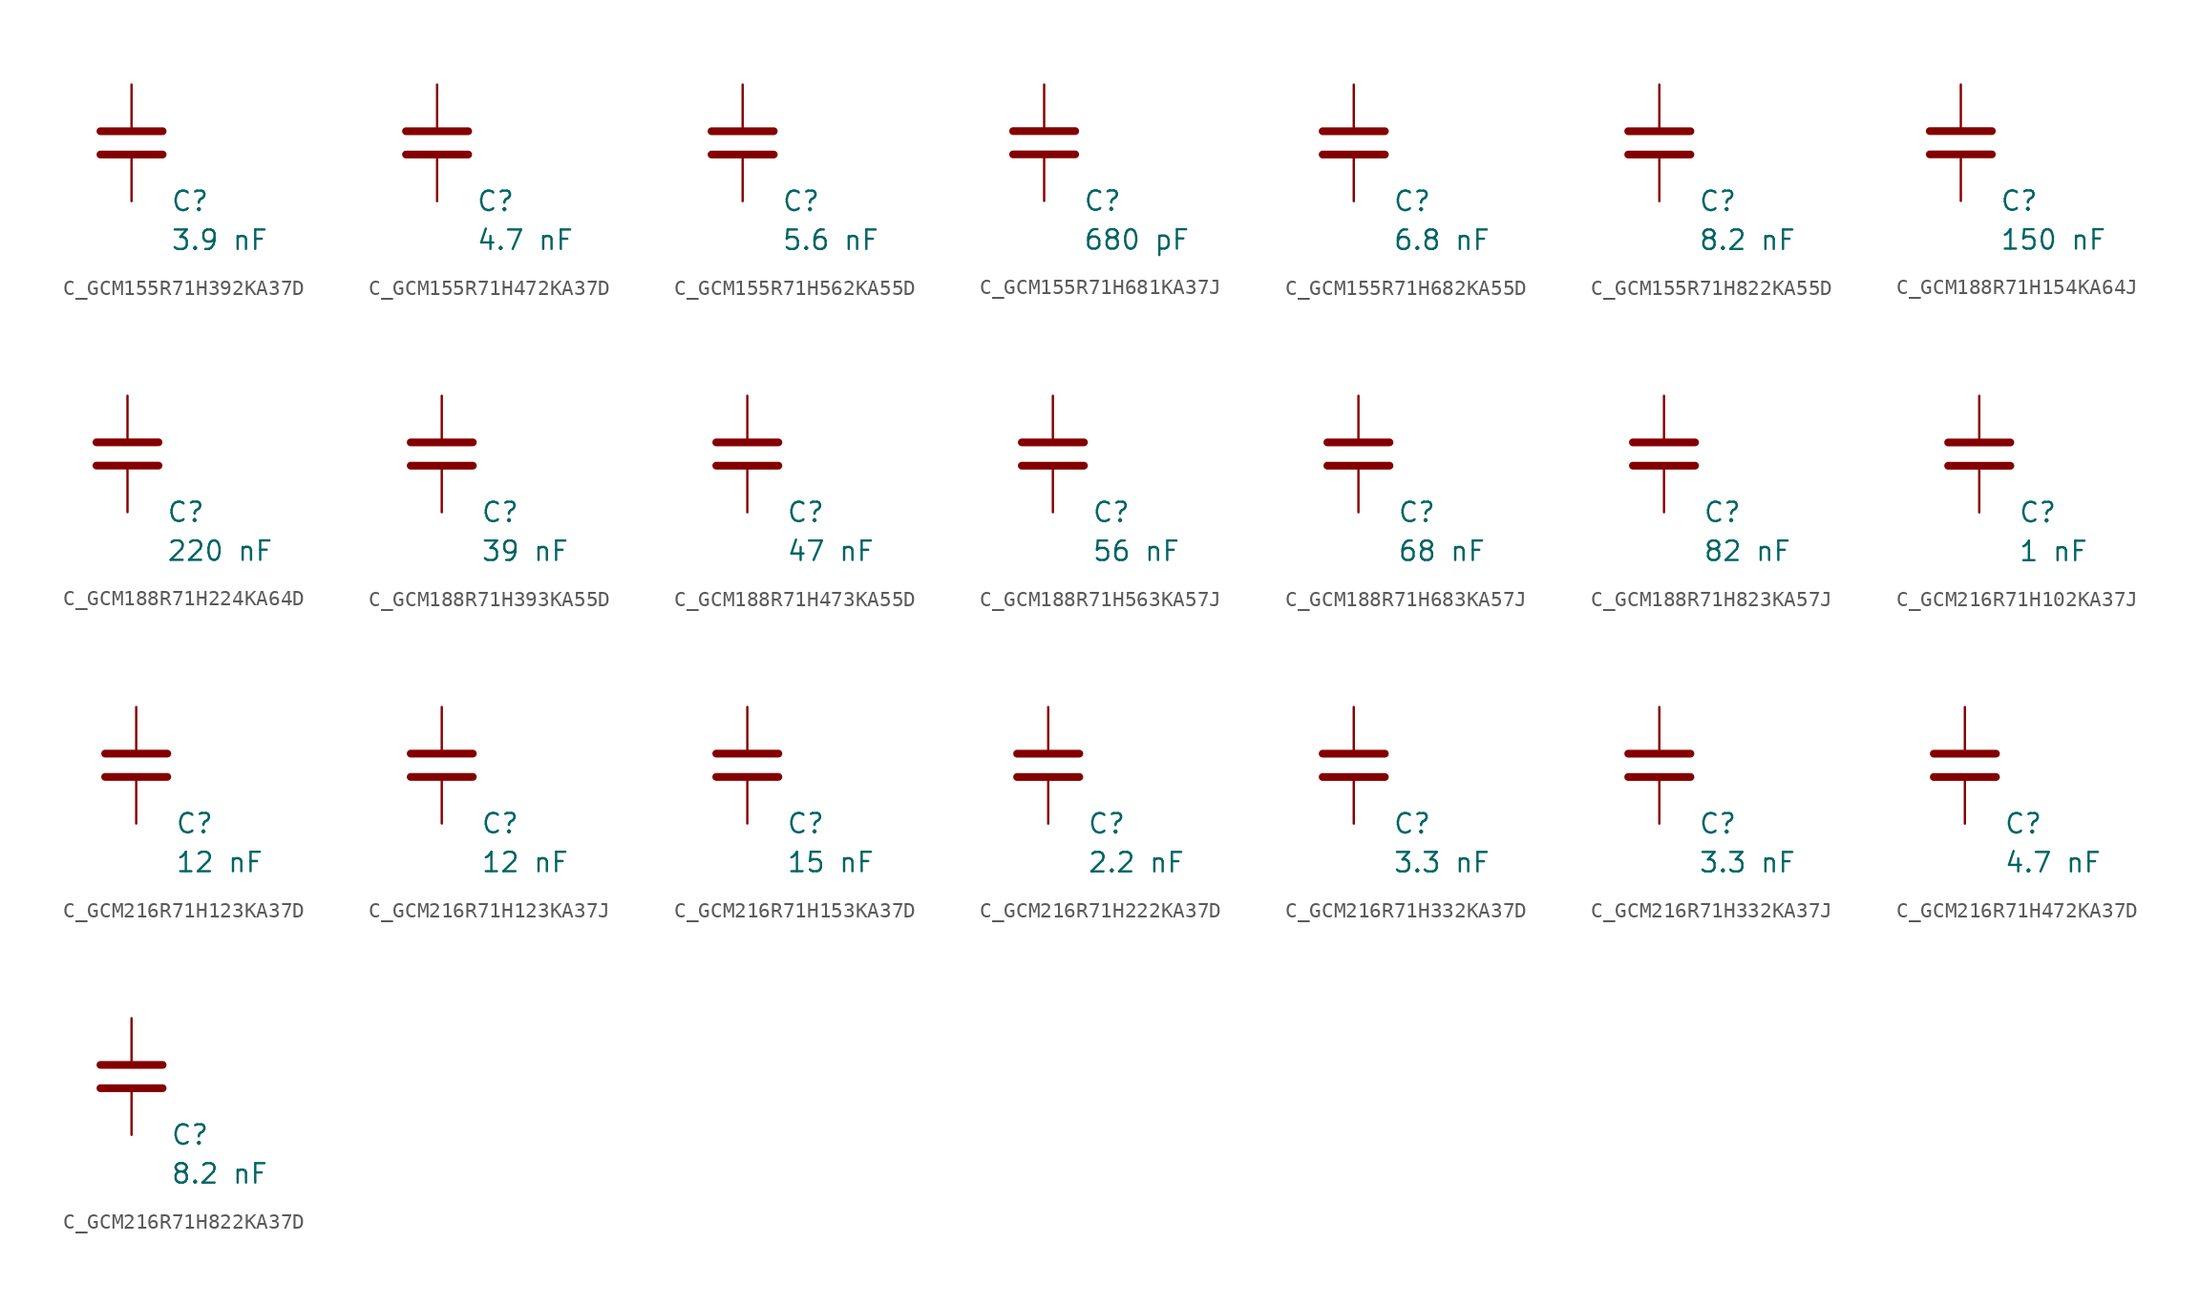
<source format=kicad_sym>
(kicad_symbol_lib
  (version 20231120)
  (generator "kicad_symbol_editor")
  (generator_version "8.0")
  (symbol "C_GCM155R71H392KA37D"
    (pin_numbers hide)
    (pin_names
      (offset 0.254))
    (property "Reference" "C"
      (at 2.54 -3.81 0)
      (effects (font (size 1.27 1.27)) (justify left))
      (show_name no))
    (property "Value" "3.9 nF"
      (at 2.54 -6.35 0)
      (effects (font (size 1.27 1.27)) (justify left))
      (show_name no))
    (symbol "C_GCM155R71H392KA37D_0_1"
      (polyline (pts (xy -2.032 -0.762) (xy 2.032 -0.762)) (stroke (width 0.508) (type default)) (fill (type none)))
      (polyline (pts (xy -2.032 0.762) (xy 2.032 0.762)) (stroke (width 0.508) (type default)) (fill (type none))))
    (symbol "C_GCM155R71H392KA37D_1_1"
      (pin passive line (at 0 3.81 270) (length 2.794) (name "~" (effects (font (size 1.27 1.27)))) (number "1" (effects (font (size 1.27 1.27)))))
      (pin passive line (at 0 -3.81 90) (length 2.794) (name "~" (effects (font (size 1.27 1.27)))) (number "2" (effects (font (size 1.27 1.27)))))))
  (symbol "C_GCM155R71H472KA37D"
    (pin_numbers hide)
    (pin_names
      (offset 0.254))
    (property "Reference" "C"
      (at 2.54 -3.81 0)
      (effects (font (size 1.27 1.27)) (justify left))
      (show_name no))
    (property "Value" "4.7 nF"
      (at 2.54 -6.35 0)
      (effects (font (size 1.27 1.27)) (justify left))
      (show_name no))
    (symbol "C_GCM155R71H472KA37D_0_1"
      (polyline (pts (xy -2.032 -0.762) (xy 2.032 -0.762)) (stroke (width 0.508) (type default)) (fill (type none)))
      (polyline (pts (xy -2.032 0.762) (xy 2.032 0.762)) (stroke (width 0.508) (type default)) (fill (type none))))
    (symbol "C_GCM155R71H472KA37D_1_1"
      (pin passive line (at 0 3.81 270) (length 2.794) (name "~" (effects (font (size 1.27 1.27)))) (number "1" (effects (font (size 1.27 1.27)))))
      (pin passive line (at 0 -3.81 90) (length 2.794) (name "~" (effects (font (size 1.27 1.27)))) (number "2" (effects (font (size 1.27 1.27)))))))
  (symbol "C_GCM155R71H562KA55D"
    (pin_numbers hide)
    (pin_names
      (offset 0.254))
    (property "Reference" "C"
      (at 2.54 -3.81 0)
      (effects (font (size 1.27 1.27)) (justify left))
      (show_name no))
    (property "Value" "5.6 nF"
      (at 2.54 -6.35 0)
      (effects (font (size 1.27 1.27)) (justify left))
      (show_name no))
    (symbol "C_GCM155R71H562KA55D_0_1"
      (polyline (pts (xy -2.032 -0.762) (xy 2.032 -0.762)) (stroke (width 0.508) (type default)) (fill (type none)))
      (polyline (pts (xy -2.032 0.762) (xy 2.032 0.762)) (stroke (width 0.508) (type default)) (fill (type none))))
    (symbol "C_GCM155R71H562KA55D_1_1"
      (pin passive line (at 0 3.81 270) (length 2.794) (name "~" (effects (font (size 1.27 1.27)))) (number "1" (effects (font (size 1.27 1.27)))))
      (pin passive line (at 0 -3.81 90) (length 2.794) (name "~" (effects (font (size 1.27 1.27)))) (number "2" (effects (font (size 1.27 1.27)))))))
  (symbol "C_GCM155R71H681KA37J"
    (pin_numbers hide)
    (pin_names
      (offset 0.254))
    (property "Reference" "C"
      (at 2.54 -3.81 0)
      (effects (font (size 1.27 1.27)) (justify left))
      (show_name no))
    (property "Value" "680 pF"
      (at 2.54 -6.35 0)
      (effects (font (size 1.27 1.27)) (justify left))
      (show_name no))
    (symbol "C_GCM155R71H681KA37J_0_1"
      (polyline (pts (xy -2.032 -0.762) (xy 2.032 -0.762)) (stroke (width 0.508) (type default)) (fill (type none)))
      (polyline (pts (xy -2.032 0.762) (xy 2.032 0.762)) (stroke (width 0.508) (type default)) (fill (type none))))
    (symbol "C_GCM155R71H681KA37J_1_1"
      (pin passive line (at 0 3.81 270) (length 2.794) (name "~" (effects (font (size 1.27 1.27)))) (number "1" (effects (font (size 1.27 1.27)))))
      (pin passive line (at 0 -3.81 90) (length 2.794) (name "~" (effects (font (size 1.27 1.27)))) (number "2" (effects (font (size 1.27 1.27)))))))
  (symbol "C_GCM155R71H682KA55D"
    (pin_numbers hide)
    (pin_names
      (offset 0.254))
    (property "Reference" "C"
      (at 2.54 -3.81 0)
      (effects (font (size 1.27 1.27)) (justify left))
      (show_name no))
    (property "Value" "6.8 nF"
      (at 2.54 -6.35 0)
      (effects (font (size 1.27 1.27)) (justify left))
      (show_name no))
    (symbol "C_GCM155R71H682KA55D_0_1"
      (polyline (pts (xy -2.032 -0.762) (xy 2.032 -0.762)) (stroke (width 0.508) (type default)) (fill (type none)))
      (polyline (pts (xy -2.032 0.762) (xy 2.032 0.762)) (stroke (width 0.508) (type default)) (fill (type none))))
    (symbol "C_GCM155R71H682KA55D_1_1"
      (pin passive line (at 0 3.81 270) (length 2.794) (name "~" (effects (font (size 1.27 1.27)))) (number "1" (effects (font (size 1.27 1.27)))))
      (pin passive line (at 0 -3.81 90) (length 2.794) (name "~" (effects (font (size 1.27 1.27)))) (number "2" (effects (font (size 1.27 1.27)))))))
  (symbol "C_GCM155R71H822KA55D"
    (pin_numbers hide)
    (pin_names
      (offset 0.254))
    (property "Reference" "C"
      (at 2.54 -3.81 0)
      (effects (font (size 1.27 1.27)) (justify left))
      (show_name no))
    (property "Value" "8.2 nF"
      (at 2.54 -6.35 0)
      (effects (font (size 1.27 1.27)) (justify left))
      (show_name no))
    (symbol "C_GCM155R71H822KA55D_0_1"
      (polyline (pts (xy -2.032 -0.762) (xy 2.032 -0.762)) (stroke (width 0.508) (type default)) (fill (type none)))
      (polyline (pts (xy -2.032 0.762) (xy 2.032 0.762)) (stroke (width 0.508) (type default)) (fill (type none))))
    (symbol "C_GCM155R71H822KA55D_1_1"
      (pin passive line (at 0 3.81 270) (length 2.794) (name "~" (effects (font (size 1.27 1.27)))) (number "1" (effects (font (size 1.27 1.27)))))
      (pin passive line (at 0 -3.81 90) (length 2.794) (name "~" (effects (font (size 1.27 1.27)))) (number "2" (effects (font (size 1.27 1.27)))))))
  (symbol "C_GCM188R71H154KA64J"
    (pin_numbers hide)
    (pin_names
      (offset 0.254))
    (property "Reference" "C"
      (at 2.54 -3.81 0)
      (effects (font (size 1.27 1.27)) (justify left))
      (show_name no))
    (property "Value" "150 nF"
      (at 2.54 -6.35 0)
      (effects (font (size 1.27 1.27)) (justify left))
      (show_name no))
    (symbol "C_GCM188R71H154KA64J_0_1"
      (polyline (pts (xy -2.032 -0.762) (xy 2.032 -0.762)) (stroke (width 0.508) (type default)) (fill (type none)))
      (polyline (pts (xy -2.032 0.762) (xy 2.032 0.762)) (stroke (width 0.508) (type default)) (fill (type none))))
    (symbol "C_GCM188R71H154KA64J_1_1"
      (pin passive line (at 0 3.81 270) (length 2.794) (name "~" (effects (font (size 1.27 1.27)))) (number "1" (effects (font (size 1.27 1.27)))))
      (pin passive line (at 0 -3.81 90) (length 2.794) (name "~" (effects (font (size 1.27 1.27)))) (number "2" (effects (font (size 1.27 1.27)))))))
  (symbol "C_GCM188R71H224KA64D"
    (pin_numbers hide)
    (pin_names
      (offset 0.254))
    (property "Reference" "C"
      (at 2.54 -3.81 0)
      (effects (font (size 1.27 1.27)) (justify left))
      (show_name no))
    (property "Value" "220 nF"
      (at 2.54 -6.35 0)
      (effects (font (size 1.27 1.27)) (justify left))
      (show_name no))
    (symbol "C_GCM188R71H224KA64D_0_1"
      (polyline (pts (xy -2.032 -0.762) (xy 2.032 -0.762)) (stroke (width 0.508) (type default)) (fill (type none)))
      (polyline (pts (xy -2.032 0.762) (xy 2.032 0.762)) (stroke (width 0.508) (type default)) (fill (type none))))
    (symbol "C_GCM188R71H224KA64D_1_1"
      (pin passive line (at 0 3.81 270) (length 2.794) (name "~" (effects (font (size 1.27 1.27)))) (number "1" (effects (font (size 1.27 1.27)))))
      (pin passive line (at 0 -3.81 90) (length 2.794) (name "~" (effects (font (size 1.27 1.27)))) (number "2" (effects (font (size 1.27 1.27)))))))
  (symbol "C_GCM188R71H393KA55D"
    (pin_numbers hide)
    (pin_names
      (offset 0.254))
    (property "Reference" "C"
      (at 2.54 -3.81 0)
      (effects (font (size 1.27 1.27)) (justify left))
      (show_name no))
    (property "Value" "39 nF"
      (at 2.54 -6.35 0)
      (effects (font (size 1.27 1.27)) (justify left))
      (show_name no))
    (symbol "C_GCM188R71H393KA55D_0_1"
      (polyline (pts (xy -2.032 -0.762) (xy 2.032 -0.762)) (stroke (width 0.508) (type default)) (fill (type none)))
      (polyline (pts (xy -2.032 0.762) (xy 2.032 0.762)) (stroke (width 0.508) (type default)) (fill (type none))))
    (symbol "C_GCM188R71H393KA55D_1_1"
      (pin passive line (at 0 3.81 270) (length 2.794) (name "~" (effects (font (size 1.27 1.27)))) (number "1" (effects (font (size 1.27 1.27)))))
      (pin passive line (at 0 -3.81 90) (length 2.794) (name "~" (effects (font (size 1.27 1.27)))) (number "2" (effects (font (size 1.27 1.27)))))))
  (symbol "C_GCM188R71H473KA55D"
    (pin_numbers hide)
    (pin_names
      (offset 0.254))
    (property "Reference" "C"
      (at 2.54 -3.81 0)
      (effects (font (size 1.27 1.27)) (justify left))
      (show_name no))
    (property "Value" "47 nF"
      (at 2.54 -6.35 0)
      (effects (font (size 1.27 1.27)) (justify left))
      (show_name no))
    (symbol "C_GCM188R71H473KA55D_0_1"
      (polyline (pts (xy -2.032 -0.762) (xy 2.032 -0.762)) (stroke (width 0.508) (type default)) (fill (type none)))
      (polyline (pts (xy -2.032 0.762) (xy 2.032 0.762)) (stroke (width 0.508) (type default)) (fill (type none))))
    (symbol "C_GCM188R71H473KA55D_1_1"
      (pin passive line (at 0 3.81 270) (length 2.794) (name "~" (effects (font (size 1.27 1.27)))) (number "1" (effects (font (size 1.27 1.27)))))
      (pin passive line (at 0 -3.81 90) (length 2.794) (name "~" (effects (font (size 1.27 1.27)))) (number "2" (effects (font (size 1.27 1.27)))))))
  (symbol "C_GCM188R71H563KA57J"
    (pin_numbers hide)
    (pin_names
      (offset 0.254))
    (property "Reference" "C"
      (at 2.54 -3.81 0)
      (effects (font (size 1.27 1.27)) (justify left))
      (show_name no))
    (property "Value" "56 nF"
      (at 2.54 -6.35 0)
      (effects (font (size 1.27 1.27)) (justify left))
      (show_name no))
    (symbol "C_GCM188R71H563KA57J_0_1"
      (polyline (pts (xy -2.032 -0.762) (xy 2.032 -0.762)) (stroke (width 0.508) (type default)) (fill (type none)))
      (polyline (pts (xy -2.032 0.762) (xy 2.032 0.762)) (stroke (width 0.508) (type default)) (fill (type none))))
    (symbol "C_GCM188R71H563KA57J_1_1"
      (pin passive line (at 0 3.81 270) (length 2.794) (name "~" (effects (font (size 1.27 1.27)))) (number "1" (effects (font (size 1.27 1.27)))))
      (pin passive line (at 0 -3.81 90) (length 2.794) (name "~" (effects (font (size 1.27 1.27)))) (number "2" (effects (font (size 1.27 1.27)))))))
  (symbol "C_GCM188R71H683KA57J"
    (pin_numbers hide)
    (pin_names
      (offset 0.254))
    (property "Reference" "C"
      (at 2.54 -3.81 0)
      (effects (font (size 1.27 1.27)) (justify left))
      (show_name no))
    (property "Value" "68 nF"
      (at 2.54 -6.35 0)
      (effects (font (size 1.27 1.27)) (justify left))
      (show_name no))
    (symbol "C_GCM188R71H683KA57J_0_1"
      (polyline (pts (xy -2.032 -0.762) (xy 2.032 -0.762)) (stroke (width 0.508) (type default)) (fill (type none)))
      (polyline (pts (xy -2.032 0.762) (xy 2.032 0.762)) (stroke (width 0.508) (type default)) (fill (type none))))
    (symbol "C_GCM188R71H683KA57J_1_1"
      (pin passive line (at 0 3.81 270) (length 2.794) (name "~" (effects (font (size 1.27 1.27)))) (number "1" (effects (font (size 1.27 1.27)))))
      (pin passive line (at 0 -3.81 90) (length 2.794) (name "~" (effects (font (size 1.27 1.27)))) (number "2" (effects (font (size 1.27 1.27)))))))
  (symbol "C_GCM188R71H823KA57J"
    (pin_numbers hide)
    (pin_names
      (offset 0.254))
    (property "Reference" "C"
      (at 2.54 -3.81 0)
      (effects (font (size 1.27 1.27)) (justify left))
      (show_name no))
    (property "Value" "82 nF"
      (at 2.54 -6.35 0)
      (effects (font (size 1.27 1.27)) (justify left))
      (show_name no))
    (symbol "C_GCM188R71H823KA57J_0_1"
      (polyline (pts (xy -2.032 -0.762) (xy 2.032 -0.762)) (stroke (width 0.508) (type default)) (fill (type none)))
      (polyline (pts (xy -2.032 0.762) (xy 2.032 0.762)) (stroke (width 0.508) (type default)) (fill (type none))))
    (symbol "C_GCM188R71H823KA57J_1_1"
      (pin passive line (at 0 3.81 270) (length 2.794) (name "~" (effects (font (size 1.27 1.27)))) (number "1" (effects (font (size 1.27 1.27)))))
      (pin passive line (at 0 -3.81 90) (length 2.794) (name "~" (effects (font (size 1.27 1.27)))) (number "2" (effects (font (size 1.27 1.27)))))))
  (symbol "C_GCM216R71H102KA37J"
    (pin_numbers hide)
    (pin_names
      (offset 0.254))
    (property "Reference" "C"
      (at 2.54 -3.81 0)
      (effects (font (size 1.27 1.27)) (justify left))
      (show_name no))
    (property "Value" "1 nF"
      (at 2.54 -6.35 0)
      (effects (font (size 1.27 1.27)) (justify left))
      (show_name no))
    (symbol "C_GCM216R71H102KA37J_0_1"
      (polyline (pts (xy -2.032 -0.762) (xy 2.032 -0.762)) (stroke (width 0.508) (type default)) (fill (type none)))
      (polyline (pts (xy -2.032 0.762) (xy 2.032 0.762)) (stroke (width 0.508) (type default)) (fill (type none))))
    (symbol "C_GCM216R71H102KA37J_1_1"
      (pin passive line (at 0 3.81 270) (length 2.794) (name "~" (effects (font (size 1.27 1.27)))) (number "1" (effects (font (size 1.27 1.27)))))
      (pin passive line (at 0 -3.81 90) (length 2.794) (name "~" (effects (font (size 1.27 1.27)))) (number "2" (effects (font (size 1.27 1.27)))))))
  (symbol "C_GCM216R71H123KA37D"
    (pin_numbers hide)
    (pin_names
      (offset 0.254))
    (property "Reference" "C"
      (at 2.54 -3.81 0)
      (effects (font (size 1.27 1.27)) (justify left))
      (show_name no))
    (property "Value" "12 nF"
      (at 2.54 -6.35 0)
      (effects (font (size 1.27 1.27)) (justify left))
      (show_name no))
    (symbol "C_GCM216R71H123KA37D_0_1"
      (polyline (pts (xy -2.032 -0.762) (xy 2.032 -0.762)) (stroke (width 0.508) (type default)) (fill (type none)))
      (polyline (pts (xy -2.032 0.762) (xy 2.032 0.762)) (stroke (width 0.508) (type default)) (fill (type none))))
    (symbol "C_GCM216R71H123KA37D_1_1"
      (pin passive line (at 0 3.81 270) (length 2.794) (name "~" (effects (font (size 1.27 1.27)))) (number "1" (effects (font (size 1.27 1.27)))))
      (pin passive line (at 0 -3.81 90) (length 2.794) (name "~" (effects (font (size 1.27 1.27)))) (number "2" (effects (font (size 1.27 1.27)))))))
  (symbol "C_GCM216R71H123KA37J"
    (pin_numbers hide)
    (pin_names
      (offset 0.254))
    (property "Reference" "C"
      (at 2.54 -3.81 0)
      (effects (font (size 1.27 1.27)) (justify left))
      (show_name no))
    (property "Value" "12 nF"
      (at 2.54 -6.35 0)
      (effects (font (size 1.27 1.27)) (justify left))
      (show_name no))
    (symbol "C_GCM216R71H123KA37J_0_1"
      (polyline (pts (xy -2.032 -0.762) (xy 2.032 -0.762)) (stroke (width 0.508) (type default)) (fill (type none)))
      (polyline (pts (xy -2.032 0.762) (xy 2.032 0.762)) (stroke (width 0.508) (type default)) (fill (type none))))
    (symbol "C_GCM216R71H123KA37J_1_1"
      (pin passive line (at 0 3.81 270) (length 2.794) (name "~" (effects (font (size 1.27 1.27)))) (number "1" (effects (font (size 1.27 1.27)))))
      (pin passive line (at 0 -3.81 90) (length 2.794) (name "~" (effects (font (size 1.27 1.27)))) (number "2" (effects (font (size 1.27 1.27)))))))
  (symbol "C_GCM216R71H153KA37D"
    (pin_numbers hide)
    (pin_names
      (offset 0.254))
    (property "Reference" "C"
      (at 2.54 -3.81 0)
      (effects (font (size 1.27 1.27)) (justify left))
      (show_name no))
    (property "Value" "15 nF"
      (at 2.54 -6.35 0)
      (effects (font (size 1.27 1.27)) (justify left))
      (show_name no))
    (symbol "C_GCM216R71H153KA37D_0_1"
      (polyline (pts (xy -2.032 -0.762) (xy 2.032 -0.762)) (stroke (width 0.508) (type default)) (fill (type none)))
      (polyline (pts (xy -2.032 0.762) (xy 2.032 0.762)) (stroke (width 0.508) (type default)) (fill (type none))))
    (symbol "C_GCM216R71H153KA37D_1_1"
      (pin passive line (at 0 3.81 270) (length 2.794) (name "~" (effects (font (size 1.27 1.27)))) (number "1" (effects (font (size 1.27 1.27)))))
      (pin passive line (at 0 -3.81 90) (length 2.794) (name "~" (effects (font (size 1.27 1.27)))) (number "2" (effects (font (size 1.27 1.27)))))))
  (symbol "C_GCM216R71H222KA37D"
    (pin_numbers hide)
    (pin_names
      (offset 0.254))
    (property "Reference" "C"
      (at 2.54 -3.81 0)
      (effects (font (size 1.27 1.27)) (justify left))
      (show_name no))
    (property "Value" "2.2 nF"
      (at 2.54 -6.35 0)
      (effects (font (size 1.27 1.27)) (justify left))
      (show_name no))
    (symbol "C_GCM216R71H222KA37D_0_1"
      (polyline (pts (xy -2.032 -0.762) (xy 2.032 -0.762)) (stroke (width 0.508) (type default)) (fill (type none)))
      (polyline (pts (xy -2.032 0.762) (xy 2.032 0.762)) (stroke (width 0.508) (type default)) (fill (type none))))
    (symbol "C_GCM216R71H222KA37D_1_1"
      (pin passive line (at 0 3.81 270) (length 2.794) (name "~" (effects (font (size 1.27 1.27)))) (number "1" (effects (font (size 1.27 1.27)))))
      (pin passive line (at 0 -3.81 90) (length 2.794) (name "~" (effects (font (size 1.27 1.27)))) (number "2" (effects (font (size 1.27 1.27)))))))
  (symbol "C_GCM216R71H332KA37D"
    (pin_numbers hide)
    (pin_names
      (offset 0.254))
    (property "Reference" "C"
      (at 2.54 -3.81 0)
      (effects (font (size 1.27 1.27)) (justify left))
      (show_name no))
    (property "Value" "3.3 nF"
      (at 2.54 -6.35 0)
      (effects (font (size 1.27 1.27)) (justify left))
      (show_name no))
    (symbol "C_GCM216R71H332KA37D_0_1"
      (polyline (pts (xy -2.032 -0.762) (xy 2.032 -0.762)) (stroke (width 0.508) (type default)) (fill (type none)))
      (polyline (pts (xy -2.032 0.762) (xy 2.032 0.762)) (stroke (width 0.508) (type default)) (fill (type none))))
    (symbol "C_GCM216R71H332KA37D_1_1"
      (pin passive line (at 0 3.81 270) (length 2.794) (name "~" (effects (font (size 1.27 1.27)))) (number "1" (effects (font (size 1.27 1.27)))))
      (pin passive line (at 0 -3.81 90) (length 2.794) (name "~" (effects (font (size 1.27 1.27)))) (number "2" (effects (font (size 1.27 1.27)))))))
  (symbol "C_GCM216R71H332KA37J"
    (pin_numbers hide)
    (pin_names
      (offset 0.254))
    (property "Reference" "C"
      (at 2.54 -3.81 0)
      (effects (font (size 1.27 1.27)) (justify left))
      (show_name no))
    (property "Value" "3.3 nF"
      (at 2.54 -6.35 0)
      (effects (font (size 1.27 1.27)) (justify left))
      (show_name no))
    (symbol "C_GCM216R71H332KA37J_0_1"
      (polyline (pts (xy -2.032 -0.762) (xy 2.032 -0.762)) (stroke (width 0.508) (type default)) (fill (type none)))
      (polyline (pts (xy -2.032 0.762) (xy 2.032 0.762)) (stroke (width 0.508) (type default)) (fill (type none))))
    (symbol "C_GCM216R71H332KA37J_1_1"
      (pin passive line (at 0 3.81 270) (length 2.794) (name "~" (effects (font (size 1.27 1.27)))) (number "1" (effects (font (size 1.27 1.27)))))
      (pin passive line (at 0 -3.81 90) (length 2.794) (name "~" (effects (font (size 1.27 1.27)))) (number "2" (effects (font (size 1.27 1.27)))))))
  (symbol "C_GCM216R71H472KA37D"
    (pin_numbers hide)
    (pin_names
      (offset 0.254))
    (property "Reference" "C"
      (at 2.54 -3.81 0)
      (effects (font (size 1.27 1.27)) (justify left))
      (show_name no))
    (property "Value" "4.7 nF"
      (at 2.54 -6.35 0)
      (effects (font (size 1.27 1.27)) (justify left))
      (show_name no))
    (symbol "C_GCM216R71H472KA37D_0_1"
      (polyline (pts (xy -2.032 -0.762) (xy 2.032 -0.762)) (stroke (width 0.508) (type default)) (fill (type none)))
      (polyline (pts (xy -2.032 0.762) (xy 2.032 0.762)) (stroke (width 0.508) (type default)) (fill (type none))))
    (symbol "C_GCM216R71H472KA37D_1_1"
      (pin passive line (at 0 3.81 270) (length 2.794) (name "~" (effects (font (size 1.27 1.27)))) (number "1" (effects (font (size 1.27 1.27)))))
      (pin passive line (at 0 -3.81 90) (length 2.794) (name "~" (effects (font (size 1.27 1.27)))) (number "2" (effects (font (size 1.27 1.27)))))))
  (symbol "C_GCM216R71H822KA37D"
    (pin_numbers hide)
    (pin_names
      (offset 0.254))
    (property "Reference" "C"
      (at 2.54 -3.81 0)
      (effects (font (size 1.27 1.27)) (justify left))
      (show_name no))
    (property "Value" "8.2 nF"
      (at 2.54 -6.35 0)
      (effects (font (size 1.27 1.27)) (justify left))
      (show_name no))
    (symbol "C_GCM216R71H822KA37D_0_1"
      (polyline (pts (xy -2.032 -0.762) (xy 2.032 -0.762)) (stroke (width 0.508) (type default)) (fill (type none)))
      (polyline (pts (xy -2.032 0.762) (xy 2.032 0.762)) (stroke (width 0.508) (type default)) (fill (type none))))
    (symbol "C_GCM216R71H822KA37D_1_1"
      (pin passive line (at 0 3.81 270) (length 2.794) (name "~" (effects (font (size 1.27 1.27)))) (number "1" (effects (font (size 1.27 1.27)))))
      (pin passive line (at 0 -3.81 90) (length 2.794) (name "~" (effects (font (size 1.27 1.27)))) (number "2" (effects (font (size 1.27 1.27))))))))
</source>
